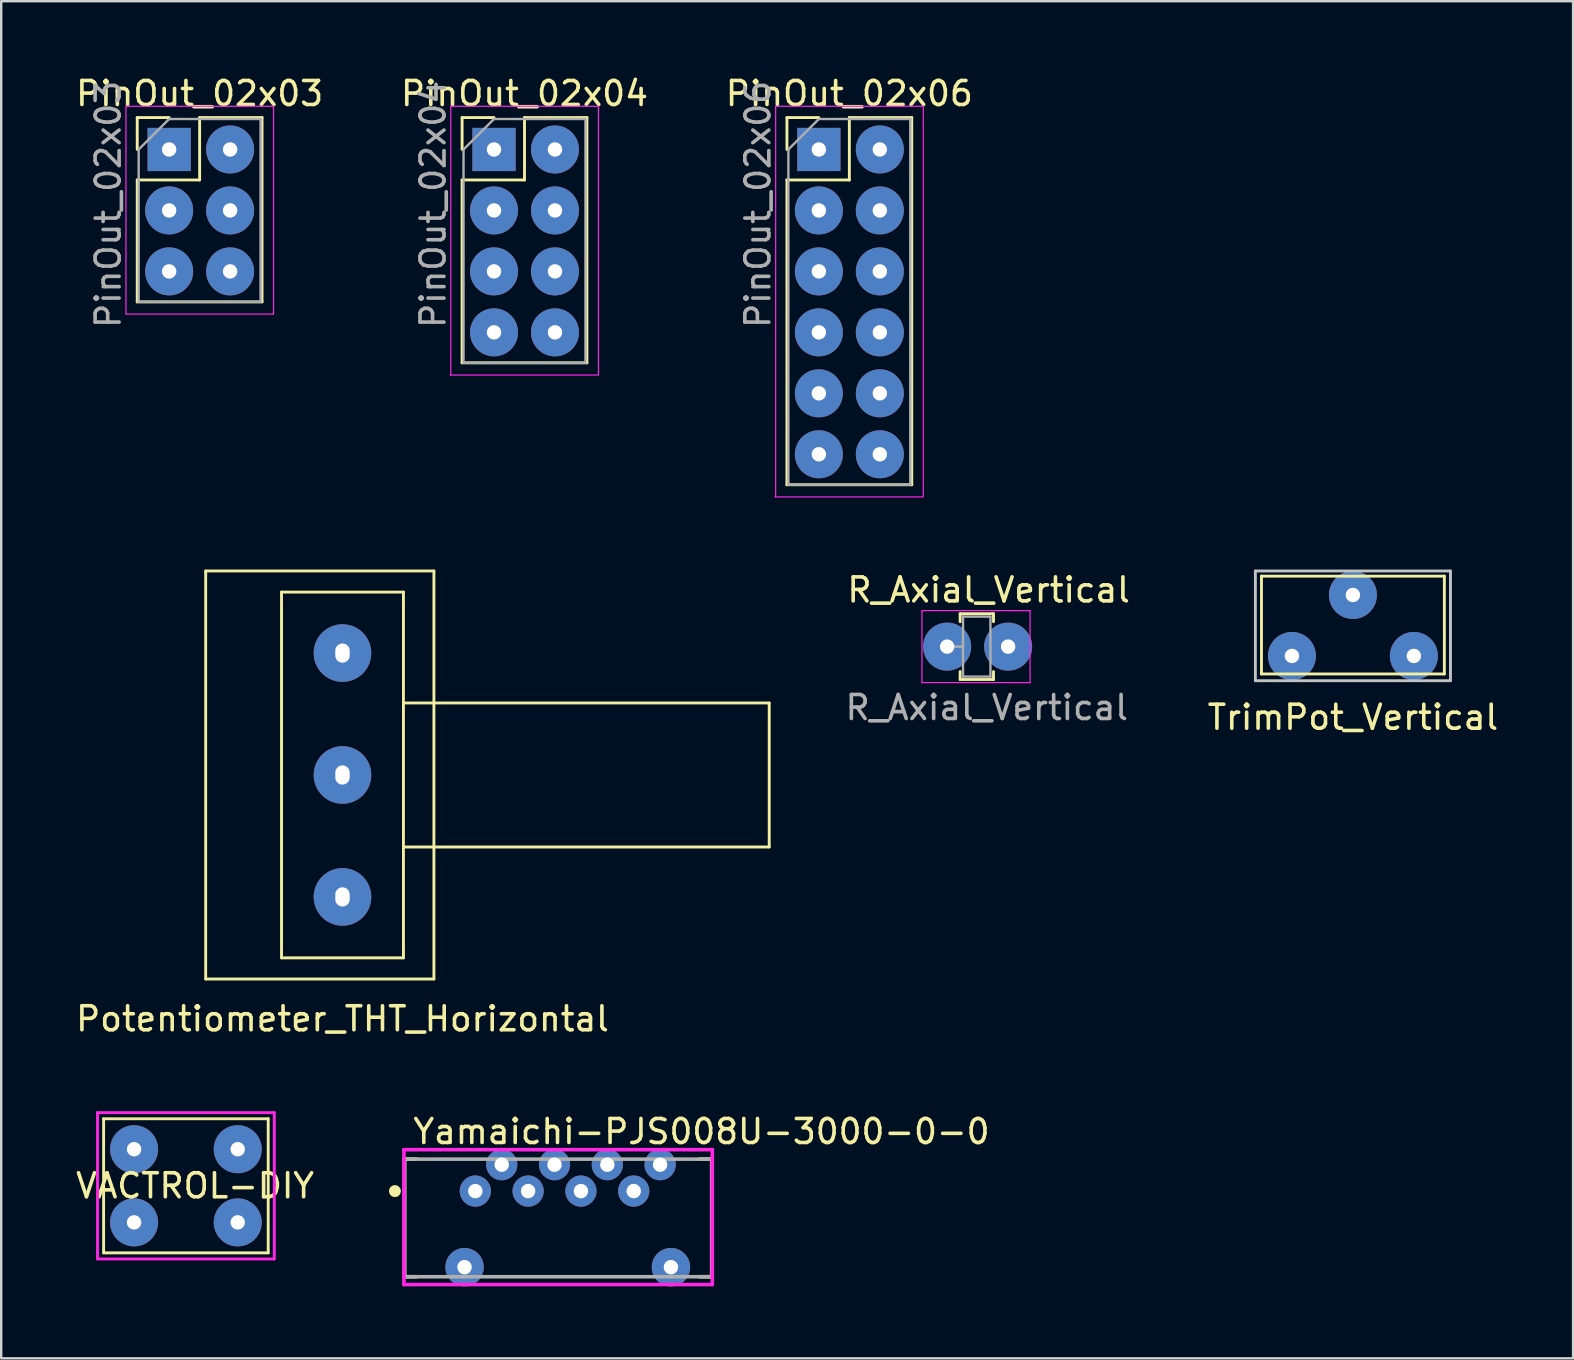
<source format=kicad_pcb>
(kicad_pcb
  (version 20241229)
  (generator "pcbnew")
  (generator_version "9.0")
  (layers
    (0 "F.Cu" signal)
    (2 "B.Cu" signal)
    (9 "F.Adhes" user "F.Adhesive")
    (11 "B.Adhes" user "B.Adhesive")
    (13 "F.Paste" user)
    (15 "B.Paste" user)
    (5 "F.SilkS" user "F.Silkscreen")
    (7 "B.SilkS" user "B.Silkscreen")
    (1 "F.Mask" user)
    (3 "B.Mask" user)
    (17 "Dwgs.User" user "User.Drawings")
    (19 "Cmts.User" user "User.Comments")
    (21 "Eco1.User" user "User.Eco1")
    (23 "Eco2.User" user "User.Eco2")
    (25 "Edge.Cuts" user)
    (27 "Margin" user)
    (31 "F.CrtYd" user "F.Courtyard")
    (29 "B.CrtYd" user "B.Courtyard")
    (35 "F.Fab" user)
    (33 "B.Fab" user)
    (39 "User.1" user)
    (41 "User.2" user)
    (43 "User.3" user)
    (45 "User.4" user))
  (footprint "PinOut_02x03"
    (layer "F.Cu")
    (at 3.998 3.178)
    (property "Reference" "PinOut_02x03" (at 1.27 -2.33 0) (layer "F.SilkS") (effects (font (size 1 1) (thickness 0.15))))
    (attr through_hole)
    (fp_line (start -1.33 -1.33) (end 0 -1.33) (stroke (width 0.12) (type solid)) (layer "F.SilkS"))
    (fp_line (start -1.33 0) (end -1.33 -1.33) (stroke (width 0.12) (type solid)) (layer "F.SilkS"))
    (fp_line (start -1.33 1.27) (end -1.33 6.35) (stroke (width 0.12) (type solid)) (layer "F.SilkS"))
    (fp_line (start -1.33 1.27) (end 1.27 1.27) (stroke (width 0.12) (type solid)) (layer "F.SilkS"))
    (fp_line (start -1.33 6.35) (end 3.87 6.35) (stroke (width 0.12) (type solid)) (layer "F.SilkS"))
    (fp_line (start 1.27 -1.33) (end 3.87 -1.33) (stroke (width 0.12) (type solid)) (layer "F.SilkS"))
    (fp_line (start 1.27 1.27) (end 1.27 -1.33) (stroke (width 0.12) (type solid)) (layer "F.SilkS"))
    (fp_line (start 3.87 -1.33) (end 3.87 6.35) (stroke (width 0.12) (type solid)) (layer "F.SilkS"))
    (fp_line (start -1.8 -1.8) (end -1.8 6.858) (stroke (width 0.05) (type solid)) (layer "F.CrtYd"))
    (fp_line (start -1.8 6.858) (end 4.35 6.858) (stroke (width 0.05) (type solid)) (layer "F.CrtYd"))
    (fp_line (start 4.35 -1.8) (end -1.8 -1.8) (stroke (width 0.05) (type solid)) (layer "F.CrtYd"))
    (fp_line (start 4.35 6.858) (end 4.35 -1.8) (stroke (width 0.05) (type solid)) (layer "F.CrtYd"))
    (fp_line (start -1.27 0) (end 0 -1.27) (stroke (width 0.1) (type solid)) (layer "F.Fab"))
    (fp_line (start -1.27 6.35) (end -1.27 0) (stroke (width 0.1) (type solid)) (layer "F.Fab"))
    (fp_line (start 0 -1.27) (end 3.81 -1.27) (stroke (width 0.1) (type solid)) (layer "F.Fab"))
    (fp_line (start 3.81 -1.27) (end 3.81 6.35) (stroke (width 0.1) (type solid)) (layer "F.Fab"))
    (fp_line (start 3.81 6.35) (end -1.27 6.35) (stroke (width 0.1) (type solid)) (layer "F.Fab"))
    (fp_text user "${REFERENCE}" (at -2.54 2.286 90) (layer "F.Fab") (effects (font (size 1 1) (thickness 0.15))))
    (pad "1" thru_hole rect (at 0 0) (size 1.8 1.8) (drill 0.6) (layers "*.Cu" "*.Mask"))
    (pad "2" thru_hole oval (at 2.54 0) (size 2 2) (drill 0.6) (layers "*.Cu" "*.Mask"))
    (pad "3" thru_hole oval (at 0 2.54) (size 2 2) (drill 0.6) (layers "*.Cu" "*.Mask"))
    (pad "4" thru_hole oval (at 2.54 2.54) (size 2 2) (drill 0.6) (layers "*.Cu" "*.Mask"))
    (pad "5" thru_hole oval (at 0 5.08) (size 2 2) (drill 0.6) (layers "*.Cu" "*.Mask"))
    (pad "6" thru_hole oval (at 2.54 5.08) (size 2 2) (drill 0.6) (layers "*.Cu" "*.Mask")))
  (footprint "VACTROL-DIY"
    (layer "F.Cu")
    (at 2.537 44.834)
    (property "Reference" "VACTROL-DIY" (at 2.54 1.524 0) (layer "F.SilkS") (effects (font (size 1 1) (thickness 0.15))))
    (attr through_hole)
    (fp_line (start -1.27 -1.27) (end 5.588 -1.27) (stroke (width 0.12) (type solid)) (layer "F.SilkS"))
    (fp_line (start -1.27 4.318) (end -1.27 -1.27) (stroke (width 0.12) (type solid)) (layer "F.SilkS"))
    (fp_line (start 5.588 -1.27) (end 5.588 4.318) (stroke (width 0.12) (type solid)) (layer "F.SilkS"))
    (fp_line (start 5.588 4.318) (end -1.27 4.318) (stroke (width 0.12) (type solid)) (layer "F.SilkS"))
    (fp_line (start -1.524 -1.524) (end 5.842 -1.524) (stroke (width 0.12) (type solid)) (layer "F.CrtYd"))
    (fp_line (start -1.524 4.572) (end -1.524 -1.524) (stroke (width 0.12) (type solid)) (layer "F.CrtYd"))
    (fp_line (start 5.842 -1.524) (end 5.842 4.572) (stroke (width 0.12) (type solid)) (layer "F.CrtYd"))
    (fp_line (start 5.842 4.572) (end -1.524 4.572) (stroke (width 0.12) (type solid)) (layer "F.CrtYd"))
    (pad "1" thru_hole circle (at 0 0) (size 2 2) (drill 0.6) (layers "*.Cu" "*.Mask"))
    (pad "2" thru_hole circle (at 0 3.048) (size 2 2) (drill 0.6) (layers "*.Cu" "*.Mask"))
    (pad "3" thru_hole circle (at 4.318 0) (size 2 2) (drill 0.6) (layers "*.Cu" "*.Mask"))
    (pad "4" thru_hole circle (at 4.318 3.048) (size 2 2) (drill 0.6) (layers "*.Cu" "*.Mask")))
  (footprint "R_Axial_Vertical"
    (layer "F.Cu")
    (at 36.415 23.892)
    (property "Reference" "R_Axial_Vertical" (at 1.727 -2.362 0) (layer "F.SilkS") (effects (font (size 1 1) (thickness 0.15))))
    (attr through_hole)
    (fp_line (start 0.54 -1.37) (end 1.93 -1.372) (stroke (width 0.12) (type solid)) (layer "F.SilkS"))
    (fp_line (start 0.54 -1.04) (end 0.54 -1.37) (stroke (width 0.12) (type solid)) (layer "F.SilkS"))
    (fp_line (start 0.54 1.04) (end 0.54 1.37) (stroke (width 0.12) (type solid)) (layer "F.SilkS"))
    (fp_line (start 0.54 1.37) (end 1.93 1.37) (stroke (width 0.12) (type solid)) (layer "F.SilkS"))
    (fp_line (start 1.93 -1.371) (end 1.93 -1.041) (stroke (width 0.12) (type solid)) (layer "F.SilkS"))
    (fp_line (start 1.93 1.37) (end 1.93 1.04) (stroke (width 0.12) (type solid)) (layer "F.SilkS"))
    (fp_line (start -1.05 -1.5) (end -1.05 1.5) (stroke (width 0.05) (type solid)) (layer "F.CrtYd"))
    (fp_line (start -1.05 1.5) (end 3.454 1.501) (stroke (width 0.05) (type solid)) (layer "F.CrtYd"))
    (fp_line (start 3.454 -1.499) (end -1.05 -1.5) (stroke (width 0.05) (type solid)) (layer "F.CrtYd"))
    (fp_line (start 3.454 1.501) (end 3.454 -1.499) (stroke (width 0.05) (type solid)) (layer "F.CrtYd"))
    (fp_line (start 0 0) (end 0.66 0) (stroke (width 0.1) (type solid)) (layer "F.Fab"))
    (fp_line (start 0.66 -1.25) (end 0.66 1.25) (stroke (width 0.1) (type solid)) (layer "F.Fab"))
    (fp_line (start 0.66 1.25) (end 1.803 1.25) (stroke (width 0.1) (type solid)) (layer "F.Fab"))
    (fp_line (start 1.803 -1.25) (end 0.66 -1.25) (stroke (width 0.1) (type solid)) (layer "F.Fab"))
    (fp_line (start 1.803 1.255) (end 1.803 -1.245) (stroke (width 0.1) (type solid)) (layer "F.Fab"))
    (fp_text user "${REFERENCE}" (at 1.651 2.54 0) (layer "F.Fab") (effects (font (size 1 1) (thickness 0.15))))
    (pad "1" thru_hole circle (at 0 0) (size 2 2) (drill 0.6) (layers "*.Cu" "*.Mask"))
    (pad "2" thru_hole oval (at 2.54 0) (size 2 2) (drill 0.6) (layers "*.Cu" "*.Mask")))
  (footprint "Yamaichi-PJS008U-3000-0-0"
    (layer "F.Cu")
    (at 20.605 47.698)
    (property "Reference" "Yamaichi-PJS008U-3000-0-0" (at -6.525 -3.6 0) (layer "F.SilkS") (effects (font (size 1 1) (thickness 0.15)) (justify left)))
    (attr through_hole)
    (fp_line (start -6.8 -2.45) (end -6.8 2.45) (stroke (width 0.15) (type solid)) (layer "F.SilkS"))
    (fp_line (start -6.8 -2.45) (end -6.3 -2.45) (stroke (width 0.15) (type solid)) (layer "F.SilkS"))
    (fp_line (start -6.8 2.45) (end -6.3 2.45) (stroke (width 0.15) (type solid)) (layer "F.SilkS"))
    (fp_line (start 6 -2.45) (end 5.5 -2.45) (stroke (width 0.15) (type solid)) (layer "F.SilkS"))
    (fp_line (start 6 2.45) (end 5.5 2.45) (stroke (width 0.15) (type solid)) (layer "F.SilkS"))
    (fp_line (start 6 2.45) (end 6 -2.45) (stroke (width 0.15) (type solid)) (layer "F.SilkS"))
    (fp_circle (center -7.2 -1.12) (end -7.075 -1.12) (stroke (width 0.25) (type solid)) (fill no) (layer "F.SilkS"))
    (fp_line (start -6.825 -2.845) (end -6.825 2.775) (stroke (width 0.15) (type solid)) (layer "F.CrtYd"))
    (fp_line (start -6.825 2.775) (end 6.025 2.775) (stroke (width 0.15) (type solid)) (layer "F.CrtYd"))
    (fp_line (start 6.025 -2.845) (end -6.825 -2.845) (stroke (width 0.15) (type solid)) (layer "F.CrtYd"))
    (fp_line (start 6.025 -2.845) (end 6.025 -2.845) (stroke (width 0.15) (type solid)) (layer "F.CrtYd"))
    (fp_line (start 6.025 2.775) (end 6.025 -2.845) (stroke (width 0.15) (type solid)) (layer "F.CrtYd"))
    (fp_line (start -6.8 -2.45) (end 6 -2.45) (stroke (width 0.15) (type solid)) (layer "F.Fab"))
    (fp_line (start -6.8 2.45) (end -6.8 -2.45) (stroke (width 0.15) (type solid)) (layer "F.Fab"))
    (fp_line (start 6 -2.45) (end 6 2.45) (stroke (width 0.15) (type solid)) (layer "F.Fab"))
    (fp_line (start 6 2.45) (end -6.8 2.45) (stroke (width 0.15) (type solid)) (layer "F.Fab"))
    (pad "1" thru_hole circle (at -3.85 -1.12) (size 1.3 1.3) (drill 0.6) (layers "*.Cu"))
    (pad "2" thru_hole circle (at -2.75 -2.22) (size 1.3 1.3) (drill 0.6) (layers "*.Cu"))
    (pad "3" thru_hole circle (at -1.65 -1.12) (size 1.3 1.3) (drill 0.6) (layers "*.Cu"))
    (pad "4" thru_hole circle (at -0.55 -2.22) (size 1.3 1.3) (drill 0.6) (layers "*.Cu"))
    (pad "5" thru_hole circle (at 0.55 -1.12) (size 1.3 1.3) (drill 0.6) (layers "*.Cu"))
    (pad "6" thru_hole circle (at 1.65 -2.22) (size 1.3 1.3) (drill 0.6) (layers "*.Cu"))
    (pad "7" thru_hole circle (at 2.75 -1.12) (size 1.3 1.3) (drill 0.6) (layers "*.Cu"))
    (pad "8" thru_hole circle (at 3.85 -2.22) (size 1.3 1.3) (drill 0.6) (layers "*.Cu"))
    (pad "9" thru_hole circle (at -4.3 2.05) (size 1.6 1.6) (drill 0.6) (layers "*.Cu"))
    (pad "10" thru_hole circle (at 4.3 2.05) (size 1.6 1.6) (drill 0.6) (layers "*.Cu")))
  (footprint "PinOut_02x04"
    (layer "F.Cu")
    (at 17.534 3.178)
    (property "Reference" "PinOut_02x04" (at 1.27 -2.33 0) (layer "F.SilkS") (effects (font (size 1 1) (thickness 0.15))))
    (attr through_hole)
    (fp_line (start -1.33 -1.33) (end 0 -1.33) (stroke (width 0.12) (type solid)) (layer "F.SilkS"))
    (fp_line (start -1.33 0) (end -1.33 -1.33) (stroke (width 0.12) (type solid)) (layer "F.SilkS"))
    (fp_line (start -1.33 1.27) (end -1.33 8.89) (stroke (width 0.12) (type solid)) (layer "F.SilkS"))
    (fp_line (start -1.33 1.27) (end 1.27 1.27) (stroke (width 0.12) (type solid)) (layer "F.SilkS"))
    (fp_line (start -1.33 8.89) (end 3.87 8.89) (stroke (width 0.12) (type solid)) (layer "F.SilkS"))
    (fp_line (start 1.27 -1.33) (end 3.87 -1.33) (stroke (width 0.12) (type solid)) (layer "F.SilkS"))
    (fp_line (start 1.27 1.27) (end 1.27 -1.33) (stroke (width 0.12) (type solid)) (layer "F.SilkS"))
    (fp_line (start 3.87 -1.33) (end 3.87 8.89) (stroke (width 0.12) (type solid)) (layer "F.SilkS"))
    (fp_line (start -1.832 9.398) (end 4.318 9.398) (stroke (width 0.05) (type solid)) (layer "F.CrtYd"))
    (fp_line (start -1.8 -1.8) (end -1.8 9.398) (stroke (width 0.05) (type solid)) (layer "F.CrtYd"))
    (fp_line (start 4.35 -1.8) (end -1.8 -1.8) (stroke (width 0.05) (type solid)) (layer "F.CrtYd"))
    (fp_line (start 4.35 9.398) (end 4.35 -1.8) (stroke (width 0.05) (type solid)) (layer "F.CrtYd"))
    (fp_line (start -1.27 0) (end 0 -1.27) (stroke (width 0.1) (type solid)) (layer "F.Fab"))
    (fp_line (start -1.27 8.89) (end -1.27 0) (stroke (width 0.1) (type solid)) (layer "F.Fab"))
    (fp_line (start 0 -1.27) (end 3.81 -1.27) (stroke (width 0.1) (type solid)) (layer "F.Fab"))
    (fp_line (start 3.81 -1.27) (end 3.81 8.89) (stroke (width 0.1) (type solid)) (layer "F.Fab"))
    (fp_line (start 3.81 8.89) (end -1.27 8.89) (stroke (width 0.1) (type solid)) (layer "F.Fab"))
    (fp_text user "${REFERENCE}" (at -2.54 2.286 90) (layer "F.Fab") (effects (font (size 1 1) (thickness 0.15))))
    (pad "1" thru_hole rect (at 0 0) (size 1.8 1.8) (drill 0.6) (layers "*.Cu" "*.Mask"))
    (pad "2" thru_hole oval (at 2.54 0) (size 2 2) (drill 0.6) (layers "*.Cu" "*.Mask"))
    (pad "3" thru_hole oval (at 0 2.54) (size 2 2) (drill 0.6) (layers "*.Cu" "*.Mask"))
    (pad "4" thru_hole oval (at 2.54 2.54) (size 2 2) (drill 0.6) (layers "*.Cu" "*.Mask"))
    (pad "5" thru_hole oval (at 0 5.08) (size 2 2) (drill 0.6) (layers "*.Cu" "*.Mask"))
    (pad "6" thru_hole oval (at 2.54 5.08) (size 2 2) (drill 0.6) (layers "*.Cu" "*.Mask"))
    (pad "7" thru_hole circle (at 0 7.62) (size 2 2) (drill 0.6) (layers "*.Cu" "*.Mask"))
    (pad "8" thru_hole oval (at 2.54 7.62) (size 2 2) (drill 0.6) (layers "*.Cu" "*.Mask")))
  (footprint "PinOut_02x06"
    (layer "F.Cu")
    (at 31.069 3.178)
    (property "Reference" "PinOut_02x06" (at 1.27 -2.33 0) (layer "F.SilkS") (effects (font (size 1 1) (thickness 0.15))))
    (attr through_hole)
    (fp_line (start -1.33 -1.33) (end 0 -1.33) (stroke (width 0.12) (type solid)) (layer "F.SilkS"))
    (fp_line (start -1.33 0) (end -1.33 -1.33) (stroke (width 0.12) (type solid)) (layer "F.SilkS"))
    (fp_line (start -1.33 1.27) (end -1.33 13.97) (stroke (width 0.12) (type solid)) (layer "F.SilkS"))
    (fp_line (start -1.33 1.27) (end 1.27 1.27) (stroke (width 0.12) (type solid)) (layer "F.SilkS"))
    (fp_line (start -1.33 13.97) (end 3.87 13.97) (stroke (width 0.12) (type solid)) (layer "F.SilkS"))
    (fp_line (start 1.27 -1.33) (end 3.87 -1.33) (stroke (width 0.12) (type solid)) (layer "F.SilkS"))
    (fp_line (start 1.27 1.27) (end 1.27 -1.33) (stroke (width 0.12) (type solid)) (layer "F.SilkS"))
    (fp_line (start 3.87 -1.33) (end 3.87 13.97) (stroke (width 0.12) (type solid)) (layer "F.SilkS"))
    (fp_line (start -1.832 14.478) (end 4.318 14.478) (stroke (width 0.05) (type solid)) (layer "F.CrtYd"))
    (fp_line (start -1.8 -1.8) (end -1.8 14.478) (stroke (width 0.05) (type solid)) (layer "F.CrtYd"))
    (fp_line (start 4.35 -1.8) (end -1.8 -1.8) (stroke (width 0.05) (type solid)) (layer "F.CrtYd"))
    (fp_line (start 4.35 14.478) (end 4.35 -1.8) (stroke (width 0.05) (type solid)) (layer "F.CrtYd"))
    (fp_line (start -1.27 0) (end 0 -1.27) (stroke (width 0.1) (type solid)) (layer "F.Fab"))
    (fp_line (start -1.27 13.97) (end -1.27 0) (stroke (width 0.1) (type solid)) (layer "F.Fab"))
    (fp_line (start 0 -1.27) (end 3.81 -1.27) (stroke (width 0.1) (type solid)) (layer "F.Fab"))
    (fp_line (start 3.81 -1.27) (end 3.81 13.97) (stroke (width 0.1) (type solid)) (layer "F.Fab"))
    (fp_line (start 3.81 13.97) (end -1.27 13.97) (stroke (width 0.1) (type solid)) (layer "F.Fab"))
    (fp_text user "${REFERENCE}" (at -2.54 2.286 90) (layer "F.Fab") (effects (font (size 1 1) (thickness 0.15))))
    (pad "1" thru_hole rect (at 0 0) (size 1.8 1.8) (drill 0.6) (layers "*.Cu" "*.Mask"))
    (pad "2" thru_hole oval (at 2.54 0) (size 2 2) (drill 0.6) (layers "*.Cu" "*.Mask"))
    (pad "3" thru_hole oval (at 0 2.54) (size 2 2) (drill 0.6) (layers "*.Cu" "*.Mask"))
    (pad "4" thru_hole oval (at 2.54 2.54) (size 2 2) (drill 0.6) (layers "*.Cu" "*.Mask"))
    (pad "5" thru_hole oval (at 0 5.08) (size 2 2) (drill 0.6) (layers "*.Cu" "*.Mask"))
    (pad "6" thru_hole oval (at 2.54 5.08) (size 2 2) (drill 0.6) (layers "*.Cu" "*.Mask"))
    (pad "7" thru_hole circle (at 0 7.62) (size 2 2) (drill 0.6) (layers "*.Cu" "*.Mask"))
    (pad "8" thru_hole oval (at 2.54 7.62) (size 2 2) (drill 0.6) (layers "*.Cu" "*.Mask"))
    (pad "9" thru_hole oval (at 0 10.16) (size 2 2) (drill 0.6) (layers "*.Cu" "*.Mask"))
    (pad "10" thru_hole oval (at 2.54 10.16) (size 2 2) (drill 0.6) (layers "*.Cu" "*.Mask"))
    (pad "11" thru_hole oval (at 0 12.7) (size 2 2) (drill 0.6) (layers "*.Cu" "*.Mask"))
    (pad "12" thru_hole oval (at 2.54 12.7) (size 2 2) (drill 0.6) (layers "*.Cu" "*.Mask")))
  (footprint "TrimPot_Vertical"
    (layer "F.Cu")
    (at 50.781 23.281)
    (property "Reference" "TrimPot_Vertical" (at 2.54 3.556 0) (layer "F.SilkS") (effects (font (size 1 1) (thickness 0.15))))
    (attr through_hole)
    (fp_line (start -1.27 -2.325) (end 6.35 -2.325) (stroke (width 0.12) (type solid)) (layer "F.SilkS"))
    (fp_line (start -1.27 1.75) (end -1.27 -2.325) (stroke (width 0.12) (type solid)) (layer "F.SilkS"))
    (fp_line (start 6.35 -2.325) (end 6.35 1.75) (stroke (width 0.12) (type solid)) (layer "F.SilkS"))
    (fp_line (start 6.35 1.75) (end -1.27 1.75) (stroke (width 0.12) (type solid)) (layer "F.SilkS"))
    (fp_line (start -1.524 -2.54) (end -1.524 2.032) (stroke (width 0.12) (type solid)) (layer "Dwgs.User"))
    (fp_line (start -1.524 2.032) (end 6.604 2.032) (stroke (width 0.12) (type solid)) (layer "Dwgs.User"))
    (fp_line (start 6.604 -2.54) (end -1.524 -2.54) (stroke (width 0.12) (type solid)) (layer "Dwgs.User"))
    (fp_line (start 6.604 -2.54) (end 6.604 2.032) (stroke (width 0.12) (type solid)) (layer "Dwgs.User"))
    (pad "1" thru_hole circle (at 0 1) (size 2 2) (drill 0.6) (layers "*.Cu" "*.Mask"))
    (pad "2" thru_hole circle (at 2.54 -1.54) (size 2 2) (drill 0.6) (layers "*.Cu" "*.Mask"))
    (pad "3" thru_hole circle (at 5.08 1) (size 2 2) (drill 0.6) (layers "*.Cu" "*.Mask")))
  (footprint "Potentiometer_THT_Horizontal"
    (layer "F.Cu")
    (at 11.22 29.241)
    (property "Reference" "Potentiometer_THT_Horizontal" (at 0 10.16 0) (layer "F.SilkS") (effects (font (size 1 1) (thickness 0.15))))
    (attr through_hole)
    (fp_line (start -5.7 -8.5) (end -5.7 8.5) (stroke (width 0.12) (type solid)) (layer "F.SilkS"))
    (fp_line (start -5.7 -8.5) (end 3.81 -8.5) (stroke (width 0.12) (type solid)) (layer "F.SilkS"))
    (fp_line (start -2.54 -7.62) (end 2.54 -7.62) (stroke (width 0.12) (type solid)) (layer "F.SilkS"))
    (fp_line (start -2.54 7.62) (end -2.54 -7.62) (stroke (width 0.12) (type solid)) (layer "F.SilkS"))
    (fp_line (start 2.54 -7.62) (end 2.54 7.62) (stroke (width 0.12) (type solid)) (layer "F.SilkS"))
    (fp_line (start 2.54 -3) (end 17.78 -3) (stroke (width 0.12) (type solid)) (layer "F.SilkS"))
    (fp_line (start 2.54 7.62) (end -2.54 7.62) (stroke (width 0.12) (type solid)) (layer "F.SilkS"))
    (fp_line (start 3.81 8.5) (end -5.7 8.5) (stroke (width 0.12) (type solid)) (layer "F.SilkS"))
    (fp_line (start 3.81 8.5) (end 3.81 -8.5) (stroke (width 0.12) (type solid)) (layer "F.SilkS"))
    (fp_line (start 17.78 -3) (end 17.78 3) (stroke (width 0.12) (type solid)) (layer "F.SilkS"))
    (fp_line (start 17.78 3) (end 2.54 3) (stroke (width 0.12) (type solid)) (layer "F.SilkS"))
    (pad "1" thru_hole circle (at 0 -5.08) (size 2.4 2.4) (drill oval 0.6 0.8) (layers "*.Cu" "*.Mask"))
    (pad "2" thru_hole circle (at 0 0) (size 2.4 2.4) (drill oval 0.6 0.8) (layers "*.Cu" "*.Mask"))
    (pad "3" thru_hole circle (at 0 5.08) (size 2.4 2.4) (drill oval 0.6 0.8) (layers "*.Cu" "*.Mask")))
  (gr_rect
    (start -3 -3)
    (end 62.494 53.548)
    (stroke (width 0.1) (type default))
    (fill no)
    (layer "Edge.Cuts")))
</source>
